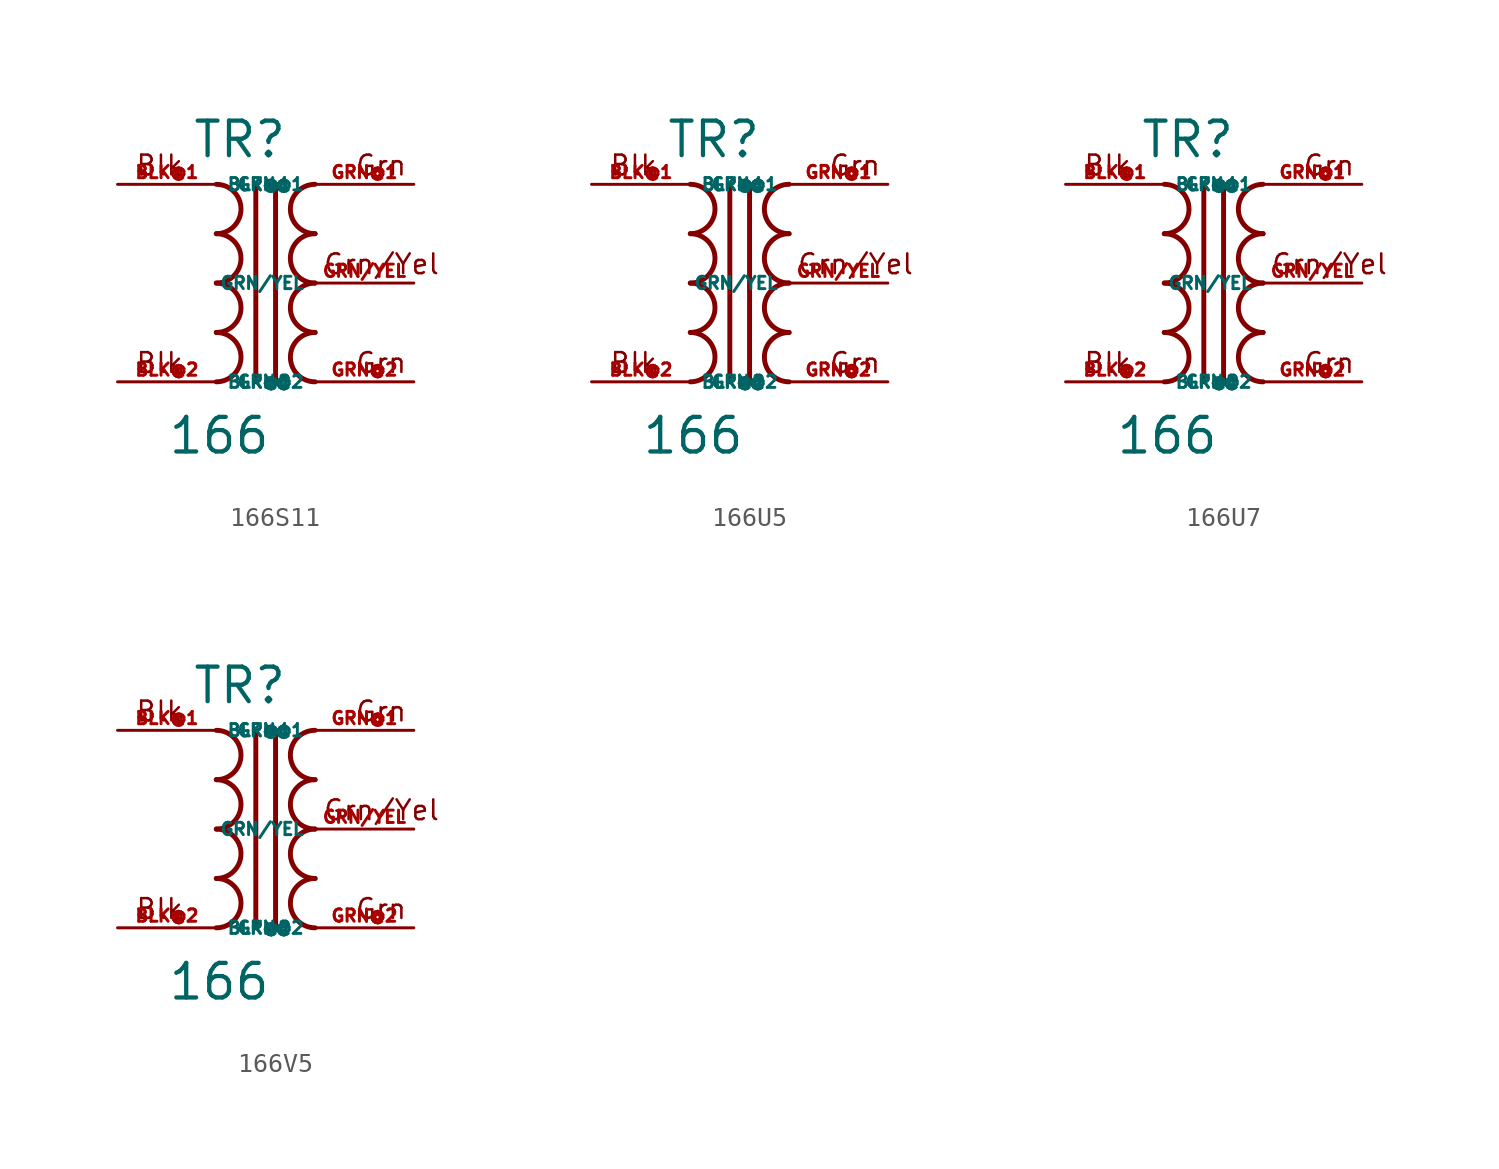
<source format=kicad_sym>
(kicad_symbol_lib
  (version 20220914)
  (generator Eagle2Kicad)
  (symbol "166S11"
    (property "Reference" "TR"
      (at -3.81 6.35 0)
      (effects (font (size 1.778 1.778) (thickness 0.22)) (justify left bottom)))
    (property "Value" "166"
      (at -5.08 -8.89 0)
      (effects (font (size 1.778 1.778) (thickness 0.22)) (justify left bottom)))
    (polyline
      (pts (xy -0.508 5.08) (xy -0.508 -5.08))
      (stroke (width 0.254) (type default))
      (fill (type none)))
    (arc
      (start -2.54 0)
      (mid -1.270 1.270)
      (end -2.54 2.54)
      (stroke (width 0.254) (type default))
      (fill (type none)))
    (arc
      (start -2.54 -2.54)
      (mid -1.270 -1.270)
      (end -2.54 0)
      (stroke (width 0.254) (type default))
      (fill (type none)))
    (arc
      (start -2.54 -5.08)
      (mid -1.270 -3.810)
      (end -2.54 -2.54)
      (stroke (width 0.254) (type default))
      (fill (type none)))
    (arc
      (start -2.54 2.54)
      (mid -1.270 3.810)
      (end -2.54 5.08)
      (stroke (width 0.254) (type default))
      (fill (type none)))
    (arc
      (start 2.54 2.54)
      (mid 1.270 1.270)
      (end 2.54 0)
      (stroke (width 0.254) (type default))
      (fill (type none)))
    (arc
      (start 2.54 5.08)
      (mid 1.270 3.810)
      (end 2.54 2.54)
      (stroke (width 0.254) (type default))
      (fill (type none)))
    (arc
      (start 2.54 0)
      (mid 1.270 -1.270)
      (end 2.54 -2.54)
      (stroke (width 0.254) (type default))
      (fill (type none)))
    (arc
      (start 2.54 -2.54)
      (mid 1.270 -3.810)
      (end 2.54 -5.08)
      (stroke (width 0.254) (type default))
      (fill (type none)))
    (polyline
      (pts (xy 0.508 5.08) (xy 0.508 -5.08))
      (stroke (width 0.254) (type default))
      (fill (type none)))
    (text "Blk"
      (at -6.731 5.461 0)
      (effects (font (size 1.016 1.016) (thickness 0.13)) (justify left bottom)))
    (text "Blk"
      (at -6.731 -4.699 0)
      (effects (font (size 1.016 1.016) (thickness 0.13)) (justify left bottom)))
    (text "Grn"
      (at 4.572 5.461 0)
      (effects (font (size 1.016 1.016) (thickness 0.13)) (justify left bottom)))
    (text "Grn"
      (at 4.572 -4.699 0)
      (effects (font (size 1.016 1.016) (thickness 0.13)) (justify left bottom)))
    (text "Grn/Yel"
      (at 2.921 0.381 0)
      (effects (font (size 1.016 1.016) (thickness 0.13)) (justify left bottom)))
    (pin passive line
      (at -7.62 5.08 0)
      (length 5.08)
      (name "BLK@1" (effects (font (size 0.635 0.635) (thickness 0.08)) (justify left bottom)))
      (number "BLK@1" (effects (font (size 0.635 0.635) (thickness 0.08)) (justify left bottom))))
    (pin passive line
      (at -7.62 -5.08 0)
      (length 5.08)
      (name "BLK@2" (effects (font (size 0.635 0.635) (thickness 0.08)) (justify left bottom)))
      (number "BLK@2" (effects (font (size 0.635 0.635) (thickness 0.08)) (justify left bottom))))
    (pin passive line
      (at 7.62 5.08 180)
      (length 5.08)
      (name "GRN@1" (effects (font (size 0.635 0.635) (thickness 0.08)) (justify left bottom)))
      (number "GRN@1" (effects (font (size 0.635 0.635) (thickness 0.08)) (justify left bottom))))
    (pin passive line
      (at 7.62 0 180)
      (length 5.08)
      (name "GRN/YEL" (effects (font (size 0.635 0.635) (thickness 0.08)) (justify left bottom)))
      (number "GRN/YEL" (effects (font (size 0.635 0.635) (thickness 0.08)) (justify left bottom))))
    (pin passive line
      (at 7.62 -5.08 180)
      (length 5.08)
      (name "GRN@2" (effects (font (size 0.635 0.635) (thickness 0.08)) (justify left bottom)))
      (number "GRN@2" (effects (font (size 0.635 0.635) (thickness 0.08)) (justify left bottom)))))
  (symbol "166U5"
    (property "Reference" "TR"
      (at -3.81 6.35 0)
      (effects (font (size 1.778 1.778) (thickness 0.22)) (justify left bottom)))
    (property "Value" "166"
      (at -5.08 -8.89 0)
      (effects (font (size 1.778 1.778) (thickness 0.22)) (justify left bottom)))
    (polyline
      (pts (xy -0.508 5.08) (xy -0.508 -5.08))
      (stroke (width 0.254) (type default))
      (fill (type none)))
    (arc
      (start -2.54 0)
      (mid -1.270 1.270)
      (end -2.54 2.54)
      (stroke (width 0.254) (type default))
      (fill (type none)))
    (arc
      (start -2.54 -2.54)
      (mid -1.270 -1.270)
      (end -2.54 0)
      (stroke (width 0.254) (type default))
      (fill (type none)))
    (arc
      (start -2.54 -5.08)
      (mid -1.270 -3.810)
      (end -2.54 -2.54)
      (stroke (width 0.254) (type default))
      (fill (type none)))
    (arc
      (start -2.54 2.54)
      (mid -1.270 3.810)
      (end -2.54 5.08)
      (stroke (width 0.254) (type default))
      (fill (type none)))
    (arc
      (start 2.54 2.54)
      (mid 1.270 1.270)
      (end 2.54 0)
      (stroke (width 0.254) (type default))
      (fill (type none)))
    (arc
      (start 2.54 5.08)
      (mid 1.270 3.810)
      (end 2.54 2.54)
      (stroke (width 0.254) (type default))
      (fill (type none)))
    (arc
      (start 2.54 0)
      (mid 1.270 -1.270)
      (end 2.54 -2.54)
      (stroke (width 0.254) (type default))
      (fill (type none)))
    (arc
      (start 2.54 -2.54)
      (mid 1.270 -3.810)
      (end 2.54 -5.08)
      (stroke (width 0.254) (type default))
      (fill (type none)))
    (polyline
      (pts (xy 0.508 5.08) (xy 0.508 -5.08))
      (stroke (width 0.254) (type default))
      (fill (type none)))
    (text "Blk"
      (at -6.731 5.461 0)
      (effects (font (size 1.016 1.016) (thickness 0.13)) (justify left bottom)))
    (text "Blk"
      (at -6.731 -4.699 0)
      (effects (font (size 1.016 1.016) (thickness 0.13)) (justify left bottom)))
    (text "Grn"
      (at 4.572 5.461 0)
      (effects (font (size 1.016 1.016) (thickness 0.13)) (justify left bottom)))
    (text "Grn"
      (at 4.572 -4.699 0)
      (effects (font (size 1.016 1.016) (thickness 0.13)) (justify left bottom)))
    (text "Grn/Yel"
      (at 2.921 0.381 0)
      (effects (font (size 1.016 1.016) (thickness 0.13)) (justify left bottom)))
    (pin passive line
      (at -7.62 5.08 0)
      (length 5.08)
      (name "BLK@1" (effects (font (size 0.635 0.635) (thickness 0.08)) (justify left bottom)))
      (number "BLK@1" (effects (font (size 0.635 0.635) (thickness 0.08)) (justify left bottom))))
    (pin passive line
      (at -7.62 -5.08 0)
      (length 5.08)
      (name "BLK@2" (effects (font (size 0.635 0.635) (thickness 0.08)) (justify left bottom)))
      (number "BLK@2" (effects (font (size 0.635 0.635) (thickness 0.08)) (justify left bottom))))
    (pin passive line
      (at 7.62 5.08 180)
      (length 5.08)
      (name "GRN@1" (effects (font (size 0.635 0.635) (thickness 0.08)) (justify left bottom)))
      (number "GRN@1" (effects (font (size 0.635 0.635) (thickness 0.08)) (justify left bottom))))
    (pin passive line
      (at 7.62 0 180)
      (length 5.08)
      (name "GRN/YEL" (effects (font (size 0.635 0.635) (thickness 0.08)) (justify left bottom)))
      (number "GRN/YEL" (effects (font (size 0.635 0.635) (thickness 0.08)) (justify left bottom))))
    (pin passive line
      (at 7.62 -5.08 180)
      (length 5.08)
      (name "GRN@2" (effects (font (size 0.635 0.635) (thickness 0.08)) (justify left bottom)))
      (number "GRN@2" (effects (font (size 0.635 0.635) (thickness 0.08)) (justify left bottom)))))
  (symbol "166U7"
    (property "Reference" "TR"
      (at -3.81 6.35 0)
      (effects (font (size 1.778 1.778) (thickness 0.22)) (justify left bottom)))
    (property "Value" "166"
      (at -5.08 -8.89 0)
      (effects (font (size 1.778 1.778) (thickness 0.22)) (justify left bottom)))
    (polyline
      (pts (xy -0.508 5.08) (xy -0.508 -5.08))
      (stroke (width 0.254) (type default))
      (fill (type none)))
    (arc
      (start -2.54 0)
      (mid -1.270 1.270)
      (end -2.54 2.54)
      (stroke (width 0.254) (type default))
      (fill (type none)))
    (arc
      (start -2.54 -2.54)
      (mid -1.270 -1.270)
      (end -2.54 0)
      (stroke (width 0.254) (type default))
      (fill (type none)))
    (arc
      (start -2.54 -5.08)
      (mid -1.270 -3.810)
      (end -2.54 -2.54)
      (stroke (width 0.254) (type default))
      (fill (type none)))
    (arc
      (start -2.54 2.54)
      (mid -1.270 3.810)
      (end -2.54 5.08)
      (stroke (width 0.254) (type default))
      (fill (type none)))
    (arc
      (start 2.54 2.54)
      (mid 1.270 1.270)
      (end 2.54 0)
      (stroke (width 0.254) (type default))
      (fill (type none)))
    (arc
      (start 2.54 5.08)
      (mid 1.270 3.810)
      (end 2.54 2.54)
      (stroke (width 0.254) (type default))
      (fill (type none)))
    (arc
      (start 2.54 0)
      (mid 1.270 -1.270)
      (end 2.54 -2.54)
      (stroke (width 0.254) (type default))
      (fill (type none)))
    (arc
      (start 2.54 -2.54)
      (mid 1.270 -3.810)
      (end 2.54 -5.08)
      (stroke (width 0.254) (type default))
      (fill (type none)))
    (polyline
      (pts (xy 0.508 5.08) (xy 0.508 -5.08))
      (stroke (width 0.254) (type default))
      (fill (type none)))
    (text "Blk"
      (at -6.731 5.461 0)
      (effects (font (size 1.016 1.016) (thickness 0.13)) (justify left bottom)))
    (text "Blk"
      (at -6.731 -4.699 0)
      (effects (font (size 1.016 1.016) (thickness 0.13)) (justify left bottom)))
    (text "Grn"
      (at 4.572 5.461 0)
      (effects (font (size 1.016 1.016) (thickness 0.13)) (justify left bottom)))
    (text "Grn"
      (at 4.572 -4.699 0)
      (effects (font (size 1.016 1.016) (thickness 0.13)) (justify left bottom)))
    (text "Grn/Yel"
      (at 2.921 0.381 0)
      (effects (font (size 1.016 1.016) (thickness 0.13)) (justify left bottom)))
    (pin passive line
      (at -7.62 5.08 0)
      (length 5.08)
      (name "BLK@1" (effects (font (size 0.635 0.635) (thickness 0.08)) (justify left bottom)))
      (number "BLK@1" (effects (font (size 0.635 0.635) (thickness 0.08)) (justify left bottom))))
    (pin passive line
      (at -7.62 -5.08 0)
      (length 5.08)
      (name "BLK@2" (effects (font (size 0.635 0.635) (thickness 0.08)) (justify left bottom)))
      (number "BLK@2" (effects (font (size 0.635 0.635) (thickness 0.08)) (justify left bottom))))
    (pin passive line
      (at 7.62 5.08 180)
      (length 5.08)
      (name "GRN@1" (effects (font (size 0.635 0.635) (thickness 0.08)) (justify left bottom)))
      (number "GRN@1" (effects (font (size 0.635 0.635) (thickness 0.08)) (justify left bottom))))
    (pin passive line
      (at 7.62 0 180)
      (length 5.08)
      (name "GRN/YEL" (effects (font (size 0.635 0.635) (thickness 0.08)) (justify left bottom)))
      (number "GRN/YEL" (effects (font (size 0.635 0.635) (thickness 0.08)) (justify left bottom))))
    (pin passive line
      (at 7.62 -5.08 180)
      (length 5.08)
      (name "GRN@2" (effects (font (size 0.635 0.635) (thickness 0.08)) (justify left bottom)))
      (number "GRN@2" (effects (font (size 0.635 0.635) (thickness 0.08)) (justify left bottom)))))
  (symbol "166V5"
    (property "Reference" "TR"
      (at -3.81 6.35 0)
      (effects (font (size 1.778 1.778) (thickness 0.22)) (justify left bottom)))
    (property "Value" "166"
      (at -5.08 -8.89 0)
      (effects (font (size 1.778 1.778) (thickness 0.22)) (justify left bottom)))
    (polyline
      (pts (xy -0.508 5.08) (xy -0.508 -5.08))
      (stroke (width 0.254) (type default))
      (fill (type none)))
    (arc
      (start -2.54 0)
      (mid -1.270 1.270)
      (end -2.54 2.54)
      (stroke (width 0.254) (type default))
      (fill (type none)))
    (arc
      (start -2.54 -2.54)
      (mid -1.270 -1.270)
      (end -2.54 0)
      (stroke (width 0.254) (type default))
      (fill (type none)))
    (arc
      (start -2.54 -5.08)
      (mid -1.270 -3.810)
      (end -2.54 -2.54)
      (stroke (width 0.254) (type default))
      (fill (type none)))
    (arc
      (start -2.54 2.54)
      (mid -1.270 3.810)
      (end -2.54 5.08)
      (stroke (width 0.254) (type default))
      (fill (type none)))
    (arc
      (start 2.54 2.54)
      (mid 1.270 1.270)
      (end 2.54 0)
      (stroke (width 0.254) (type default))
      (fill (type none)))
    (arc
      (start 2.54 5.08)
      (mid 1.270 3.810)
      (end 2.54 2.54)
      (stroke (width 0.254) (type default))
      (fill (type none)))
    (arc
      (start 2.54 0)
      (mid 1.270 -1.270)
      (end 2.54 -2.54)
      (stroke (width 0.254) (type default))
      (fill (type none)))
    (arc
      (start 2.54 -2.54)
      (mid 1.270 -3.810)
      (end 2.54 -5.08)
      (stroke (width 0.254) (type default))
      (fill (type none)))
    (polyline
      (pts (xy 0.508 5.08) (xy 0.508 -5.08))
      (stroke (width 0.254) (type default))
      (fill (type none)))
    (text "Blk"
      (at -6.731 5.461 0)
      (effects (font (size 1.016 1.016) (thickness 0.13)) (justify left bottom)))
    (text "Blk"
      (at -6.731 -4.699 0)
      (effects (font (size 1.016 1.016) (thickness 0.13)) (justify left bottom)))
    (text "Grn"
      (at 4.572 5.461 0)
      (effects (font (size 1.016 1.016) (thickness 0.13)) (justify left bottom)))
    (text "Grn"
      (at 4.572 -4.699 0)
      (effects (font (size 1.016 1.016) (thickness 0.13)) (justify left bottom)))
    (text "Grn/Yel"
      (at 2.921 0.381 0)
      (effects (font (size 1.016 1.016) (thickness 0.13)) (justify left bottom)))
    (pin passive line
      (at -7.62 5.08 0)
      (length 5.08)
      (name "BLK@1" (effects (font (size 0.635 0.635) (thickness 0.08)) (justify left bottom)))
      (number "BLK@1" (effects (font (size 0.635 0.635) (thickness 0.08)) (justify left bottom))))
    (pin passive line
      (at -7.62 -5.08 0)
      (length 5.08)
      (name "BLK@2" (effects (font (size 0.635 0.635) (thickness 0.08)) (justify left bottom)))
      (number "BLK@2" (effects (font (size 0.635 0.635) (thickness 0.08)) (justify left bottom))))
    (pin passive line
      (at 7.62 5.08 180)
      (length 5.08)
      (name "GRN@1" (effects (font (size 0.635 0.635) (thickness 0.08)) (justify left bottom)))
      (number "GRN@1" (effects (font (size 0.635 0.635) (thickness 0.08)) (justify left bottom))))
    (pin passive line
      (at 7.62 0 180)
      (length 5.08)
      (name "GRN/YEL" (effects (font (size 0.635 0.635) (thickness 0.08)) (justify left bottom)))
      (number "GRN/YEL" (effects (font (size 0.635 0.635) (thickness 0.08)) (justify left bottom))))
    (pin passive line
      (at 7.62 -5.08 180)
      (length 5.08)
      (name "GRN@2" (effects (font (size 0.635 0.635) (thickness 0.08)) (justify left bottom)))
      (number "GRN@2" (effects (font (size 0.635 0.635) (thickness 0.08)) (justify left bottom))))))
</source>
